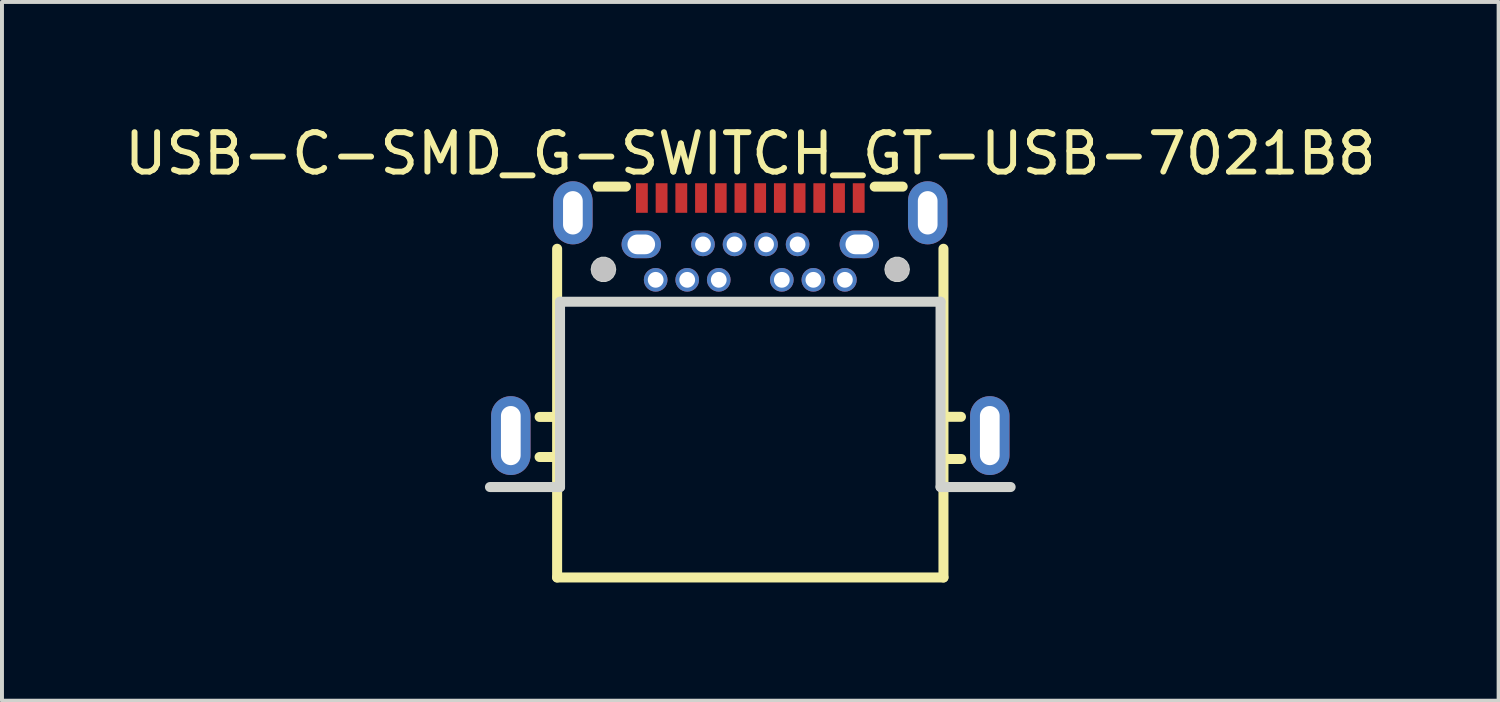
<source format=kicad_pcb>
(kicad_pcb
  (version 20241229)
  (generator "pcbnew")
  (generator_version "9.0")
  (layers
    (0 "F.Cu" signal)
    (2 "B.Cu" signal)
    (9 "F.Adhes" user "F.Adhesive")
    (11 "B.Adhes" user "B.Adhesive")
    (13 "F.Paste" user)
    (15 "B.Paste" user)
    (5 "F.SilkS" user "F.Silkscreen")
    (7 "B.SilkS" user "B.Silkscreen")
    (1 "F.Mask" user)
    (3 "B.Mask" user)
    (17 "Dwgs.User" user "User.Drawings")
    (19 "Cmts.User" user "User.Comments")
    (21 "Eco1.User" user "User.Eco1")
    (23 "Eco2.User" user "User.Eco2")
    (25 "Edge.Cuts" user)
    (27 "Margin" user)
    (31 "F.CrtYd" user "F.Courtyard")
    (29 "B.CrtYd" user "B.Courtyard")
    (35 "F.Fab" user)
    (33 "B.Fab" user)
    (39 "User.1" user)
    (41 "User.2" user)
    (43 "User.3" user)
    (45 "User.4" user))
  (footprint "USB-C-SMD_G-SWITCH_GT-USB-7021B8"
    (layer "F.Cu")
    (at 15.982 4.986)
    (property "Reference" "USB-C-SMD_G-SWITCH_GT-USB-7021B8" (at 0 -4.138 0) (unlocked yes) (layer "F.SilkS") (effects (font (size 1 1) (thickness 0.15))))
    (fp_line (start -5.345 3.556) (end -4.9 3.556) (stroke (width 0.254) (type default)) (layer "F.SilkS"))
    (fp_line (start -5.344 2.54) (end -4.9 2.54) (stroke (width 0.254) (type default)) (layer "F.SilkS"))
    (fp_line (start -4.9 6.612) (end -4.9 -1.726) (stroke (width 0.254) (type default)) (layer "F.SilkS"))
    (fp_line (start -3.866 -3.302) (end -3.156 -3.302) (stroke (width 0.254) (type default)) (layer "F.SilkS"))
    (fp_line (start 3.156 -3.302) (end 3.866 -3.302) (stroke (width 0.254) (type default)) (layer "F.SilkS"))
    (fp_line (start 4.9 2.537) (end 5.344 2.537) (stroke (width 0.254) (type default)) (layer "F.SilkS"))
    (fp_line (start 4.9 3.607) (end 5.35 3.607) (stroke (width 0.254) (type default)) (layer "F.SilkS"))
    (fp_line (start 4.9 6.612) (end -4.9 6.612) (stroke (width 0.254) (type default)) (layer "F.SilkS"))
    (fp_line (start 4.9 6.612) (end 4.9 -1.726) (stroke (width 0.254) (type default)) (layer "F.SilkS"))
    (fp_poly (pts (xy -2.9 -3.388) (xy -2.9 -2.638) (xy -2.6 -2.638) (xy -2.6 -3.388)) (stroke (width 0) (type default)) (fill yes) (layer "F.Paste"))
    (fp_poly (pts (xy -2.4 -3.388) (xy -2.4 -2.638) (xy -2.1 -2.638) (xy -2.1 -3.388)) (stroke (width 0) (type default)) (fill yes) (layer "F.Paste"))
    (fp_poly (pts (xy -1.9 -3.388) (xy -1.9 -2.638) (xy -1.6 -2.638) (xy -1.6 -3.388)) (stroke (width 0) (type default)) (fill yes) (layer "F.Paste"))
    (fp_poly (pts (xy -1.1 -2.638) (xy -1.1 -3.388) (xy -1.4 -3.388) (xy -1.4 -2.638)) (stroke (width 0) (type default)) (fill yes) (layer "F.Paste"))
    (fp_poly (pts (xy -0.6 -2.638) (xy -0.6 -3.388) (xy -0.9 -3.388) (xy -0.9 -2.638)) (stroke (width 0) (type default)) (fill yes) (layer "F.Paste"))
    (fp_poly (pts (xy -0.1 -2.638) (xy -0.1 -3.388) (xy -0.4 -3.388) (xy -0.4 -2.638)) (stroke (width 0) (type default)) (fill yes) (layer "F.Paste"))
    (fp_poly (pts (xy 0.4 -2.638) (xy 0.4 -3.388) (xy 0.1 -3.388) (xy 0.1 -2.638)) (stroke (width 0) (type default)) (fill yes) (layer "F.Paste"))
    (fp_poly (pts (xy 0.9 -2.638) (xy 0.9 -3.388) (xy 0.6 -3.388) (xy 0.6 -2.638)) (stroke (width 0) (type default)) (fill yes) (layer "F.Paste"))
    (fp_poly (pts (xy 1.4 -2.638) (xy 1.4 -3.388) (xy 1.1 -3.388) (xy 1.1 -2.638)) (stroke (width 0) (type default)) (fill yes) (layer "F.Paste"))
    (fp_poly (pts (xy 1.9 -2.638) (xy 1.9 -3.388) (xy 1.6 -3.388) (xy 1.6 -2.638)) (stroke (width 0) (type default)) (fill yes) (layer "F.Paste"))
    (fp_poly (pts (xy 2.4 -2.638) (xy 2.4 -3.388) (xy 2.1 -3.388) (xy 2.1 -2.638)) (stroke (width 0) (type default)) (fill yes) (layer "F.Paste"))
    (fp_poly (pts (xy 2.9 -2.638) (xy 2.9 -3.388) (xy 2.6 -3.388) (xy 2.6 -2.638)) (stroke (width 0) (type default)) (fill yes) (layer "F.Paste"))
    (fp_poly (pts (xy -2.406 -1.238) (xy -2.432 -1.236) (xy -2.457 -1.232) (xy -2.481 -1.226) (xy -2.505 -1.218) (xy -2.528 -1.209) (xy -2.55 -1.198) (xy -2.571 -1.184) (xy -2.591 -1.169) (xy -2.61 -1.152) (xy -2.627 -1.133) (xy -2.643 -1.114) (xy -2.656 -1.093) (xy -2.669 -1.071) (xy -2.679 -1.048) (xy -2.687 -1.024) (xy -2.693 -1) (xy -2.697 -0.975) (xy -2.7 -0.95) (xy -2.7 -0.925) (xy -2.697 -0.9) (xy -2.693 -0.875) (xy -2.687 -0.851) (xy -2.679 -0.827) (xy -2.669 -0.804) (xy -2.656 -0.782) (xy -2.643 -0.761) (xy -2.627 -0.742) (xy -2.61 -0.723) (xy -2.591 -0.707) (xy -2.571 -0.691) (xy -2.55 -0.677) (xy -2.528 -0.666) (xy -2.505 -0.656) (xy -2.481 -0.648) (xy -2.457 -0.643) (xy -2.432 -0.639) (xy -2.406 -0.637) (xy -2.381 -0.638) (xy -2.356 -0.64) (xy -2.332 -0.645) (xy -2.308 -0.652) (xy -2.284 -0.661) (xy -2.261 -0.671) (xy -2.24 -0.684) (xy -2.219 -0.699) (xy -2.2 -0.715) (xy -2.182 -0.732) (xy -2.165 -0.751) (xy -2.15 -0.771) (xy -2.137 -0.793) (xy -2.126 -0.816) (xy -2.116 -0.839) (xy -2.11 -0.863) (xy -2.104 -0.887) (xy -2.101 -0.912) (xy -2.1 -0.938) (xy -2.101 -0.963) (xy -2.104 -0.988) (xy -2.11 -1.012) (xy -2.116 -1.036) (xy -2.126 -1.06) (xy -2.137 -1.082) (xy -2.15 -1.103) (xy -2.165 -1.124) (xy -2.182 -1.143) (xy -2.2 -1.161) (xy -2.219 -1.177) (xy -2.24 -1.191) (xy -2.261 -1.204) (xy -2.284 -1.214) (xy -2.308 -1.223) (xy -2.332 -1.23) (xy -2.356 -1.234) (xy -2.381 -1.237)) (stroke (width 0) (type default)) (fill yes) (layer "F.Paste"))
    (fp_poly (pts (xy -1.581 -1.237) (xy -1.606 -1.238) (xy -1.631 -1.236) (xy -1.656 -1.232) (xy -1.681 -1.226) (xy -1.704 -1.218) (xy -1.728 -1.209) (xy -1.75 -1.198) (xy -1.771 -1.184) (xy -1.791 -1.169) (xy -1.81 -1.152) (xy -1.827 -1.133) (xy -1.843 -1.114) (xy -1.857 -1.093) (xy -1.869 -1.071) (xy -1.879 -1.048) (xy -1.887 -1.024) (xy -1.893 -1) (xy -1.897 -0.975) (xy -1.899 -0.95) (xy -1.899 -0.925) (xy -1.897 -0.9) (xy -1.893 -0.875) (xy -1.887 -0.851) (xy -1.879 -0.827) (xy -1.869 -0.804) (xy -1.857 -0.782) (xy -1.843 -0.761) (xy -1.827 -0.742) (xy -1.81 -0.723) (xy -1.791 -0.707) (xy -1.771 -0.691) (xy -1.75 -0.677) (xy -1.728 -0.666) (xy -1.704 -0.656) (xy -1.681 -0.648) (xy -1.656 -0.643) (xy -1.631 -0.639) (xy -1.606 -0.637) (xy -1.581 -0.638) (xy -1.556 -0.64) (xy -1.532 -0.645) (xy -1.507 -0.652) (xy -1.484 -0.661) (xy -1.461 -0.671) (xy -1.439 -0.684) (xy -1.419 -0.699) (xy -1.399 -0.715) (xy -1.381 -0.732) (xy -1.365 -0.751) (xy -1.35 -0.771) (xy -1.337 -0.793) (xy -1.326 -0.816) (xy -1.317 -0.839) (xy -1.31 -0.863) (xy -1.304 -0.887) (xy -1.301 -0.912) (xy -1.3 -0.938) (xy -1.301 -0.963) (xy -1.304 -0.988) (xy -1.31 -1.012) (xy -1.317 -1.036) (xy -1.326 -1.06) (xy -1.337 -1.082) (xy -1.35 -1.103) (xy -1.365 -1.124) (xy -1.381 -1.143) (xy -1.399 -1.161) (xy -1.419 -1.177) (xy -1.439 -1.191) (xy -1.461 -1.204) (xy -1.484 -1.214) (xy -1.507 -1.223) (xy -1.532 -1.23) (xy -1.556 -1.234)) (stroke (width 0) (type default)) (fill yes) (layer "F.Paste"))
    (fp_poly (pts (xy -1.206 -2.138) (xy -1.232 -2.136) (xy -1.256 -2.132) (xy -1.28 -2.127) (xy -1.304 -2.119) (xy -1.327 -2.109) (xy -1.35 -2.098) (xy -1.371 -2.084) (xy -1.391 -2.068) (xy -1.41 -2.052) (xy -1.427 -2.034) (xy -1.442 -2.014) (xy -1.456 -1.993) (xy -1.468 -1.971) (xy -1.479 -1.948) (xy -1.487 -1.924) (xy -1.494 -1.9) (xy -1.498 -1.875) (xy -1.5 -1.85) (xy -1.5 -1.825) (xy -1.498 -1.8) (xy -1.494 -1.775) (xy -1.487 -1.75) (xy -1.479 -1.727) (xy -1.468 -1.704) (xy -1.456 -1.682) (xy -1.442 -1.661) (xy -1.427 -1.641) (xy -1.41 -1.623) (xy -1.391 -1.607) (xy -1.371 -1.591) (xy -1.35 -1.577) (xy -1.327 -1.566) (xy -1.304 -1.556) (xy -1.28 -1.548) (xy -1.256 -1.542) (xy -1.232 -1.539) (xy -1.206 -1.538) (xy -1.181 -1.538) (xy -1.156 -1.54) (xy -1.131 -1.546) (xy -1.107 -1.552) (xy -1.083 -1.561) (xy -1.061 -1.571) (xy -1.039 -1.584) (xy -1.018 -1.599) (xy -0.999 -1.615) (xy -0.981 -1.632) (xy -0.965 -1.651) (xy -0.95 -1.671) (xy -0.937 -1.693) (xy -0.926 -1.716) (xy -0.916 -1.739) (xy -0.909 -1.763) (xy -0.904 -1.788) (xy -0.901 -1.812) (xy -0.9 -1.837) (xy -0.901 -1.863) (xy -0.904 -1.887) (xy -0.909 -1.912) (xy -0.916 -1.936) (xy -0.926 -1.96) (xy -0.937 -1.982) (xy -0.95 -2.003) (xy -0.965 -2.024) (xy -0.981 -2.043) (xy -0.999 -2.061) (xy -1.018 -2.076) (xy -1.039 -2.091) (xy -1.061 -2.103) (xy -1.083 -2.114) (xy -1.107 -2.123) (xy -1.131 -2.13) (xy -1.156 -2.134) (xy -1.181 -2.137)) (stroke (width 0) (type default)) (fill yes) (layer "F.Paste"))
    (fp_poly (pts (xy -0.806 -1.238) (xy -0.832 -1.236) (xy -0.857 -1.232) (xy -0.881 -1.226) (xy -0.904 -1.218) (xy -0.928 -1.209) (xy -0.95 -1.198) (xy -0.972 -1.184) (xy -0.992 -1.169) (xy -1.01 -1.152) (xy -1.027 -1.133) (xy -1.043 -1.114) (xy -1.056 -1.093) (xy -1.069 -1.071) (xy -1.079 -1.048) (xy -1.087 -1.024) (xy -1.093 -1) (xy -1.097 -0.975) (xy -1.1 -0.95) (xy -1.1 -0.925) (xy -1.097 -0.9) (xy -1.093 -0.875) (xy -1.087 -0.851) (xy -1.079 -0.827) (xy -1.069 -0.804) (xy -1.056 -0.782) (xy -1.043 -0.761) (xy -1.027 -0.742) (xy -1.01 -0.723) (xy -0.992 -0.707) (xy -0.972 -0.691) (xy -0.95 -0.677) (xy -0.928 -0.666) (xy -0.904 -0.656) (xy -0.881 -0.648) (xy -0.857 -0.643) (xy -0.832 -0.639) (xy -0.806 -0.637) (xy -0.781 -0.638) (xy -0.756 -0.64) (xy -0.732 -0.645) (xy -0.708 -0.652) (xy -0.684 -0.661) (xy -0.661 -0.671) (xy -0.639 -0.684) (xy -0.619 -0.699) (xy -0.6 -0.715) (xy -0.582 -0.732) (xy -0.565 -0.751) (xy -0.55 -0.771) (xy -0.537 -0.793) (xy -0.526 -0.816) (xy -0.517 -0.839) (xy -0.509 -0.863) (xy -0.504 -0.887) (xy -0.501 -0.912) (xy -0.5 -0.938) (xy -0.501 -0.963) (xy -0.504 -0.988) (xy -0.509 -1.012) (xy -0.517 -1.036) (xy -0.526 -1.06) (xy -0.537 -1.082) (xy -0.55 -1.103) (xy -0.565 -1.124) (xy -0.582 -1.143) (xy -0.6 -1.161) (xy -0.619 -1.177) (xy -0.639 -1.191) (xy -0.661 -1.204) (xy -0.684 -1.214) (xy -0.708 -1.223) (xy -0.732 -1.23) (xy -0.756 -1.234) (xy -0.781 -1.237)) (stroke (width 0) (type default)) (fill yes) (layer "F.Paste"))
    (fp_poly (pts (xy -0.406 -2.138) (xy -0.431 -2.136) (xy -0.457 -2.132) (xy -0.48 -2.127) (xy -0.504 -2.119) (xy -0.528 -2.109) (xy -0.55 -2.098) (xy -0.572 -2.084) (xy -0.592 -2.068) (xy -0.61 -2.052) (xy -0.627 -2.034) (xy -0.642 -2.014) (xy -0.656 -1.993) (xy -0.669 -1.971) (xy -0.679 -1.948) (xy -0.687 -1.924) (xy -0.694 -1.9) (xy -0.698 -1.875) (xy -0.7 -1.85) (xy -0.7 -1.825) (xy -0.698 -1.8) (xy -0.694 -1.775) (xy -0.687 -1.75) (xy -0.679 -1.727) (xy -0.669 -1.704) (xy -0.656 -1.682) (xy -0.642 -1.661) (xy -0.627 -1.641) (xy -0.61 -1.623) (xy -0.592 -1.607) (xy -0.572 -1.591) (xy -0.55 -1.577) (xy -0.528 -1.566) (xy -0.504 -1.556) (xy -0.48 -1.548) (xy -0.457 -1.542) (xy -0.431 -1.539) (xy -0.406 -1.538) (xy -0.381 -1.538) (xy -0.356 -1.54) (xy -0.332 -1.546) (xy -0.307 -1.552) (xy -0.284 -1.561) (xy -0.261 -1.571) (xy -0.239 -1.584) (xy -0.218 -1.599) (xy -0.2 -1.615) (xy -0.181 -1.632) (xy -0.165 -1.651) (xy -0.15 -1.671) (xy -0.137 -1.693) (xy -0.126 -1.716) (xy -0.117 -1.739) (xy -0.11 -1.763) (xy -0.104 -1.788) (xy -0.101 -1.812) (xy -0.1 -1.837) (xy -0.101 -1.863) (xy -0.104 -1.887) (xy -0.11 -1.912) (xy -0.117 -1.936) (xy -0.126 -1.96) (xy -0.137 -1.982) (xy -0.15 -2.003) (xy -0.165 -2.024) (xy -0.181 -2.043) (xy -0.2 -2.061) (xy -0.218 -2.076) (xy -0.239 -2.091) (xy -0.261 -2.103) (xy -0.284 -2.114) (xy -0.307 -2.123) (xy -0.332 -2.13) (xy -0.356 -2.134) (xy -0.381 -2.137)) (stroke (width 0) (type default)) (fill yes) (layer "F.Paste"))
    (fp_poly (pts (xy 0.394 -2.138) (xy 0.368 -2.136) (xy 0.344 -2.132) (xy 0.32 -2.127) (xy 0.295 -2.119) (xy 0.273 -2.109) (xy 0.25 -2.098) (xy 0.229 -2.084) (xy 0.209 -2.068) (xy 0.19 -2.052) (xy 0.173 -2.034) (xy 0.158 -2.014) (xy 0.143 -1.993) (xy 0.132 -1.971) (xy 0.121 -1.948) (xy 0.113 -1.924) (xy 0.106 -1.9) (xy 0.102 -1.875) (xy 0.101 -1.85) (xy 0.101 -1.825) (xy 0.102 -1.8) (xy 0.106 -1.775) (xy 0.113 -1.75) (xy 0.121 -1.727) (xy 0.132 -1.704) (xy 0.143 -1.682) (xy 0.158 -1.661) (xy 0.173 -1.641) (xy 0.19 -1.623) (xy 0.209 -1.607) (xy 0.229 -1.591) (xy 0.25 -1.577) (xy 0.273 -1.566) (xy 0.295 -1.556) (xy 0.32 -1.548) (xy 0.344 -1.542) (xy 0.368 -1.539) (xy 0.394 -1.538) (xy 0.419 -1.538) (xy 0.444 -1.54) (xy 0.469 -1.546) (xy 0.493 -1.552) (xy 0.516 -1.561) (xy 0.539 -1.571) (xy 0.561 -1.584) (xy 0.582 -1.599) (xy 0.601 -1.615) (xy 0.619 -1.632) (xy 0.635 -1.651) (xy 0.65 -1.671) (xy 0.663 -1.693) (xy 0.674 -1.716) (xy 0.683 -1.739) (xy 0.691 -1.763) (xy 0.696 -1.788) (xy 0.699 -1.812) (xy 0.7 -1.837) (xy 0.699 -1.863) (xy 0.696 -1.887) (xy 0.691 -1.912) (xy 0.683 -1.936) (xy 0.674 -1.96) (xy 0.663 -1.982) (xy 0.65 -2.003) (xy 0.635 -2.024) (xy 0.619 -2.043) (xy 0.601 -2.061) (xy 0.582 -2.076) (xy 0.561 -2.091) (xy 0.539 -2.103) (xy 0.516 -2.114) (xy 0.493 -2.123) (xy 0.469 -2.13) (xy 0.444 -2.134) (xy 0.419 -2.137)) (stroke (width 0) (type default)) (fill yes) (layer "F.Paste"))
    (fp_poly (pts (xy 0.819 -1.237) (xy 0.794 -1.238) (xy 0.768 -1.236) (xy 0.744 -1.232) (xy 0.72 -1.226) (xy 0.696 -1.218) (xy 0.672 -1.209) (xy 0.65 -1.198) (xy 0.629 -1.184) (xy 0.609 -1.169) (xy 0.59 -1.152) (xy 0.573 -1.133) (xy 0.557 -1.114) (xy 0.543 -1.093) (xy 0.531 -1.071) (xy 0.521 -1.048) (xy 0.513 -1.024) (xy 0.506 -1) (xy 0.502 -0.975) (xy 0.5 -0.95) (xy 0.5 -0.925) (xy 0.502 -0.9) (xy 0.506 -0.875) (xy 0.513 -0.851) (xy 0.521 -0.827) (xy 0.531 -0.804) (xy 0.543 -0.782) (xy 0.557 -0.761) (xy 0.573 -0.742) (xy 0.59 -0.723) (xy 0.609 -0.707) (xy 0.629 -0.691) (xy 0.65 -0.677) (xy 0.672 -0.666) (xy 0.696 -0.656) (xy 0.72 -0.648) (xy 0.744 -0.643) (xy 0.768 -0.639) (xy 0.794 -0.637) (xy 0.819 -0.638) (xy 0.844 -0.64) (xy 0.869 -0.645) (xy 0.893 -0.652) (xy 0.916 -0.661) (xy 0.939 -0.671) (xy 0.961 -0.684) (xy 0.982 -0.699) (xy 1.001 -0.715) (xy 1.019 -0.732) (xy 1.035 -0.751) (xy 1.05 -0.771) (xy 1.063 -0.793) (xy 1.074 -0.816) (xy 1.083 -0.839) (xy 1.091 -0.863) (xy 1.096 -0.887) (xy 1.099 -0.912) (xy 1.1 -0.938) (xy 1.099 -0.963) (xy 1.096 -0.988) (xy 1.091 -1.012) (xy 1.083 -1.036) (xy 1.074 -1.06) (xy 1.063 -1.082) (xy 1.05 -1.103) (xy 1.035 -1.124) (xy 1.019 -1.143) (xy 1.001 -1.161) (xy 0.982 -1.177) (xy 0.961 -1.191) (xy 0.939 -1.204) (xy 0.916 -1.214) (xy 0.893 -1.223) (xy 0.869 -1.23) (xy 0.844 -1.234)) (stroke (width 0) (type default)) (fill yes) (layer "F.Paste"))
    (fp_poly (pts (xy 1.218 -2.137) (xy 1.194 -2.138) (xy 1.169 -2.136) (xy 1.143 -2.132) (xy 1.119 -2.127) (xy 1.095 -2.119) (xy 1.072 -2.109) (xy 1.05 -2.098) (xy 1.028 -2.084) (xy 1.008 -2.068) (xy 0.99 -2.052) (xy 0.973 -2.034) (xy 0.957 -2.014) (xy 0.944 -1.993) (xy 0.931 -1.971) (xy 0.921 -1.948) (xy 0.912 -1.924) (xy 0.906 -1.9) (xy 0.902 -1.875) (xy 0.9 -1.85) (xy 0.9 -1.825) (xy 0.902 -1.8) (xy 0.906 -1.775) (xy 0.912 -1.75) (xy 0.921 -1.727) (xy 0.931 -1.704) (xy 0.944 -1.682) (xy 0.957 -1.661) (xy 0.973 -1.641) (xy 0.99 -1.623) (xy 1.008 -1.607) (xy 1.028 -1.591) (xy 1.05 -1.577) (xy 1.072 -1.566) (xy 1.095 -1.556) (xy 1.119 -1.548) (xy 1.143 -1.542) (xy 1.169 -1.539) (xy 1.194 -1.538) (xy 1.218 -1.538) (xy 1.244 -1.54) (xy 1.268 -1.546) (xy 1.292 -1.552) (xy 1.316 -1.561) (xy 1.339 -1.571) (xy 1.361 -1.584) (xy 1.381 -1.599) (xy 1.401 -1.615) (xy 1.419 -1.632) (xy 1.435 -1.651) (xy 1.45 -1.671) (xy 1.463 -1.693) (xy 1.474 -1.716) (xy 1.483 -1.739) (xy 1.49 -1.763) (xy 1.496 -1.788) (xy 1.499 -1.812) (xy 1.5 -1.837) (xy 1.499 -1.863) (xy 1.496 -1.887) (xy 1.49 -1.912) (xy 1.483 -1.936) (xy 1.474 -1.96) (xy 1.463 -1.982) (xy 1.45 -2.003) (xy 1.435 -2.024) (xy 1.419 -2.043) (xy 1.401 -2.061) (xy 1.381 -2.076) (xy 1.361 -2.091) (xy 1.339 -2.103) (xy 1.316 -2.114) (xy 1.292 -2.123) (xy 1.268 -2.13) (xy 1.244 -2.134)) (stroke (width 0) (type default)) (fill yes) (layer "F.Paste"))
    (fp_poly (pts (xy 1.593 -1.238) (xy 1.569 -1.236) (xy 1.544 -1.232) (xy 1.52 -1.226) (xy 1.496 -1.218) (xy 1.472 -1.209) (xy 1.45 -1.198) (xy 1.429 -1.184) (xy 1.409 -1.169) (xy 1.39 -1.152) (xy 1.373 -1.133) (xy 1.357 -1.114) (xy 1.343 -1.093) (xy 1.331 -1.071) (xy 1.321 -1.048) (xy 1.312 -1.024) (xy 1.306 -1) (xy 1.302 -0.975) (xy 1.3 -0.95) (xy 1.3 -0.925) (xy 1.302 -0.9) (xy 1.306 -0.875) (xy 1.312 -0.851) (xy 1.321 -0.827) (xy 1.331 -0.804) (xy 1.343 -0.782) (xy 1.357 -0.761) (xy 1.373 -0.742) (xy 1.39 -0.723) (xy 1.409 -0.707) (xy 1.429 -0.691) (xy 1.45 -0.677) (xy 1.472 -0.666) (xy 1.496 -0.656) (xy 1.52 -0.648) (xy 1.544 -0.643) (xy 1.569 -0.639) (xy 1.593 -0.637) (xy 1.619 -0.638) (xy 1.644 -0.64) (xy 1.669 -0.645) (xy 1.692 -0.652) (xy 1.716 -0.661) (xy 1.739 -0.671) (xy 1.76 -0.684) (xy 1.782 -0.699) (xy 1.8 -0.715) (xy 1.819 -0.732) (xy 1.835 -0.751) (xy 1.85 -0.771) (xy 1.863 -0.793) (xy 1.874 -0.816) (xy 1.883 -0.839) (xy 1.891 -0.863) (xy 1.896 -0.887) (xy 1.899 -0.912) (xy 1.9 -0.938) (xy 1.899 -0.963) (xy 1.896 -0.988) (xy 1.891 -1.012) (xy 1.883 -1.036) (xy 1.874 -1.06) (xy 1.863 -1.082) (xy 1.85 -1.103) (xy 1.835 -1.124) (xy 1.819 -1.143) (xy 1.8 -1.161) (xy 1.782 -1.177) (xy 1.76 -1.191) (xy 1.739 -1.204) (xy 1.716 -1.214) (xy 1.692 -1.223) (xy 1.669 -1.23) (xy 1.644 -1.234) (xy 1.619 -1.237)) (stroke (width 0) (type default)) (fill yes) (layer "F.Paste"))
    (fp_poly (pts (xy 2.419 -1.237) (xy 2.394 -1.238) (xy 2.369 -1.236) (xy 2.344 -1.232) (xy 2.32 -1.226) (xy 2.296 -1.218) (xy 2.272 -1.209) (xy 2.25 -1.198) (xy 2.229 -1.184) (xy 2.209 -1.169) (xy 2.19 -1.152) (xy 2.173 -1.133) (xy 2.158 -1.114) (xy 2.143 -1.093) (xy 2.131 -1.071) (xy 2.121 -1.048) (xy 2.113 -1.024) (xy 2.107 -1) (xy 2.103 -0.975) (xy 2.1 -0.95) (xy 2.1 -0.925) (xy 2.103 -0.9) (xy 2.107 -0.875) (xy 2.113 -0.851) (xy 2.121 -0.827) (xy 2.131 -0.804) (xy 2.143 -0.782) (xy 2.158 -0.761) (xy 2.173 -0.742) (xy 2.19 -0.723) (xy 2.209 -0.707) (xy 2.229 -0.691) (xy 2.25 -0.677) (xy 2.272 -0.666) (xy 2.296 -0.656) (xy 2.32 -0.648) (xy 2.344 -0.643) (xy 2.369 -0.639) (xy 2.394 -0.637) (xy 2.419 -0.638) (xy 2.444 -0.64) (xy 2.469 -0.645) (xy 2.493 -0.652) (xy 2.517 -0.661) (xy 2.539 -0.671) (xy 2.561 -0.684) (xy 2.582 -0.699) (xy 2.601 -0.715) (xy 2.619 -0.732) (xy 2.635 -0.751) (xy 2.65 -0.771) (xy 2.663 -0.793) (xy 2.674 -0.816) (xy 2.683 -0.839) (xy 2.691 -0.863) (xy 2.696 -0.887) (xy 2.699 -0.912) (xy 2.7 -0.938) (xy 2.699 -0.963) (xy 2.696 -0.988) (xy 2.691 -1.012) (xy 2.683 -1.036) (xy 2.674 -1.06) (xy 2.663 -1.082) (xy 2.65 -1.103) (xy 2.635 -1.124) (xy 2.619 -1.143) (xy 2.601 -1.161) (xy 2.582 -1.177) (xy 2.561 -1.191) (xy 2.539 -1.204) (xy 2.517 -1.214) (xy 2.493 -1.223) (xy 2.469 -1.23) (xy 2.444 -1.234)) (stroke (width 0) (type default)) (fill yes) (layer "F.Paste"))
    (fp_poly (pts (xy -6.037 2.014) (xy -6.062 2.013) (xy -6.088 2.013) (xy -6.112 2.014) (xy -6.137 2.017) (xy -6.162 2.02) (xy -6.186 2.025) (xy -6.21 2.031) (xy -6.234 2.038) (xy -6.258 2.047) (xy -6.28 2.057) (xy -6.303 2.067) (xy -6.325 2.079) (xy -6.346 2.092) (xy -6.367 2.107) (xy -6.386 2.122) (xy -6.406 2.138) (xy -6.424 2.155) (xy -6.441 2.172) (xy -6.458 2.191) (xy -6.473 2.211) (xy -6.488 2.231) (xy -6.502 2.252) (xy -6.514 2.273) (xy -6.526 2.296) (xy -6.535 2.318) (xy -6.545 2.341) (xy -6.553 2.365) (xy -6.559 2.389) (xy -6.565 2.413) (xy -6.569 2.438) (xy -6.572 2.462) (xy -6.574 2.487) (xy -6.575 2.513) (xy -6.575 3.513) (xy -6.574 3.538) (xy -6.572 3.562) (xy -6.569 3.587) (xy -6.565 3.611) (xy -6.559 3.636) (xy -6.553 3.66) (xy -6.545 3.683) (xy -6.535 3.707) (xy -6.526 3.729) (xy -6.514 3.752) (xy -6.502 3.773) (xy -6.488 3.794) (xy -6.473 3.814) (xy -6.458 3.834) (xy -6.441 3.853) (xy -6.424 3.87) (xy -6.406 3.888) (xy -6.386 3.904) (xy -6.367 3.918) (xy -6.346 3.933) (xy -6.325 3.946) (xy -6.303 3.958) (xy -6.28 3.968) (xy -6.258 3.978) (xy -6.234 3.986) (xy -6.21 3.994) (xy -6.186 4) (xy -6.162 4.005) (xy -6.137 4.008) (xy -6.112 4.011) (xy -6.088 4.013) (xy -6.062 4.013) (xy -6.037 4.011) (xy -6.013 4.008) (xy -5.988 4.005) (xy -5.963 4) (xy -5.939 3.994) (xy -5.915 3.986) (xy -5.892 3.978) (xy -5.87 3.968) (xy -5.847 3.958) (xy -5.825 3.946) (xy -5.803 3.933) (xy -5.783 3.918) (xy -5.763 3.904) (xy -5.744 3.888) (xy -5.726 3.87) (xy -5.708 3.853) (xy -5.692 3.834) (xy -5.676 3.814) (xy -5.662 3.794) (xy -5.649 3.773) (xy -5.636 3.752) (xy -5.625 3.729) (xy -5.614 3.707) (xy -5.605 3.683) (xy -5.597 3.66) (xy -5.59 3.636) (xy -5.585 3.611) (xy -5.58 3.587) (xy -5.577 3.562) (xy -5.575 3.538) (xy -5.575 3.513) (xy -5.575 2.513) (xy -5.575 2.487) (xy -5.577 2.462) (xy -5.58 2.438) (xy -5.585 2.413) (xy -5.59 2.389) (xy -5.597 2.365) (xy -5.605 2.341) (xy -5.614 2.318) (xy -5.625 2.296) (xy -5.636 2.273) (xy -5.649 2.252) (xy -5.662 2.231) (xy -5.676 2.211) (xy -5.692 2.191) (xy -5.708 2.172) (xy -5.726 2.155) (xy -5.744 2.138) (xy -5.763 2.122) (xy -5.783 2.107) (xy -5.803 2.092) (xy -5.825 2.079) (xy -5.847 2.067) (xy -5.87 2.057) (xy -5.892 2.047) (xy -5.915 2.038) (xy -5.939 2.031) (xy -5.963 2.025) (xy -5.988 2.02) (xy -6.013 2.017)) (stroke (width 0) (type default)) (fill yes) (layer "F.Paste"))
    (fp_poly (pts (xy -4.463 -3.436) (xy -4.487 -3.438) (xy -4.513 -3.438) (xy -4.537 -3.436) (xy -4.562 -3.433) (xy -4.587 -3.43) (xy -4.611 -3.425) (xy -4.636 -3.419) (xy -4.659 -3.412) (xy -4.683 -3.403) (xy -4.705 -3.393) (xy -4.728 -3.382) (xy -4.75 -3.37) (xy -4.771 -3.357) (xy -4.792 -3.344) (xy -4.811 -3.329) (xy -4.83 -3.312) (xy -4.849 -3.296) (xy -4.867 -3.277) (xy -4.883 -3.259) (xy -4.899 -3.24) (xy -4.913 -3.219) (xy -4.926 -3.198) (xy -4.939 -3.176) (xy -4.95 -3.155) (xy -4.96 -3.131) (xy -4.97 -3.108) (xy -4.978 -3.085) (xy -4.984 -3.061) (xy -4.99 -3.037) (xy -4.995 -3.012) (xy -4.997 -2.987) (xy -5 -2.962) (xy -5 -2.938) (xy -5 -2.337) (xy -5 -2.312) (xy -4.997 -2.288) (xy -4.995 -2.263) (xy -4.99 -2.239) (xy -4.984 -2.214) (xy -4.978 -2.19) (xy -4.97 -2.167) (xy -4.96 -2.143) (xy -4.95 -2.12) (xy -4.939 -2.099) (xy -4.926 -2.077) (xy -4.913 -2.056) (xy -4.899 -2.035) (xy -4.883 -2.016) (xy -4.867 -1.998) (xy -4.849 -1.98) (xy -4.83 -1.962) (xy -4.811 -1.946) (xy -4.792 -1.931) (xy -4.771 -1.917) (xy -4.75 -1.905) (xy -4.728 -1.893) (xy -4.705 -1.882) (xy -4.683 -1.872) (xy -4.659 -1.863) (xy -4.636 -1.856) (xy -4.611 -1.85) (xy -4.587 -1.845) (xy -4.562 -1.841) (xy -4.537 -1.839) (xy -4.513 -1.837) (xy -4.487 -1.837) (xy -4.463 -1.839) (xy -4.438 -1.841) (xy -4.413 -1.845) (xy -4.388 -1.85) (xy -4.364 -1.856) (xy -4.34 -1.863) (xy -4.317 -1.872) (xy -4.294 -1.882) (xy -4.271 -1.893) (xy -4.25 -1.905) (xy -4.229 -1.917) (xy -4.208 -1.931) (xy -4.188 -1.946) (xy -4.169 -1.962) (xy -4.151 -1.98) (xy -4.133 -1.998) (xy -4.117 -2.016) (xy -4.101 -2.035) (xy -4.087 -2.056) (xy -4.073 -2.077) (xy -4.061 -2.099) (xy -4.05 -2.12) (xy -4.039 -2.143) (xy -4.03 -2.167) (xy -4.022 -2.19) (xy -4.016 -2.214) (xy -4.01 -2.239) (xy -4.005 -2.263) (xy -4.003 -2.288) (xy -4 -2.312) (xy -4 -2.337) (xy -4 -2.938) (xy -4 -2.962) (xy -4.003 -2.987) (xy -4.005 -3.012) (xy -4.01 -3.037) (xy -4.016 -3.061) (xy -4.022 -3.085) (xy -4.03 -3.108) (xy -4.039 -3.131) (xy -4.05 -3.155) (xy -4.061 -3.176) (xy -4.073 -3.198) (xy -4.087 -3.219) (xy -4.101 -3.24) (xy -4.117 -3.259) (xy -4.133 -3.277) (xy -4.151 -3.296) (xy -4.169 -3.312) (xy -4.188 -3.329) (xy -4.208 -3.344) (xy -4.229 -3.357) (xy -4.25 -3.37) (xy -4.271 -3.382) (xy -4.294 -3.393) (xy -4.317 -3.403) (xy -4.34 -3.412) (xy -4.364 -3.419) (xy -4.388 -3.425) (xy -4.413 -3.43) (xy -4.438 -3.433)) (stroke (width 0) (type default)) (fill yes) (layer "F.Paste"))
    (fp_poly (pts (xy -2.915 -2.188) (xy -2.933 -2.187) (xy -2.95 -2.186) (xy -2.967 -2.183) (xy -2.985 -2.18) (xy -3.002 -2.176) (xy -3.018 -2.172) (xy -3.034 -2.167) (xy -3.051 -2.16) (xy -3.067 -2.153) (xy -3.083 -2.145) (xy -3.098 -2.136) (xy -3.112 -2.127) (xy -3.127 -2.116) (xy -3.14 -2.106) (xy -3.153 -2.094) (xy -3.166 -2.082) (xy -3.178 -2.069) (xy -3.188 -2.055) (xy -3.199 -2.042) (xy -3.209 -2.027) (xy -3.218 -2.013) (xy -3.227 -1.997) (xy -3.234 -1.982) (xy -3.241 -1.966) (xy -3.247 -1.949) (xy -3.252 -1.932) (xy -3.256 -1.915) (xy -3.26 -1.898) (xy -3.263 -1.881) (xy -3.264 -1.863) (xy -3.265 -1.846) (xy -3.265 -1.829) (xy -3.264 -1.812) (xy -3.263 -1.794) (xy -3.26 -1.776) (xy -3.256 -1.76) (xy -3.252 -1.742) (xy -3.247 -1.726) (xy -3.241 -1.71) (xy -3.234 -1.694) (xy -3.227 -1.677) (xy -3.218 -1.663) (xy -3.209 -1.647) (xy -3.199 -1.633) (xy -3.188 -1.619) (xy -3.178 -1.606) (xy -3.166 -1.593) (xy -3.153 -1.581) (xy -3.14 -1.569) (xy -3.127 -1.558) (xy -3.112 -1.548) (xy -3.098 -1.539) (xy -3.083 -1.53) (xy -3.067 -1.522) (xy -3.051 -1.515) (xy -3.034 -1.508) (xy -3.018 -1.503) (xy -3.002 -1.498) (xy -2.985 -1.494) (xy -2.967 -1.492) (xy -2.95 -1.489) (xy -2.933 -1.488) (xy -2.915 -1.488) (xy -2.615 -1.488) (xy -2.598 -1.488) (xy -2.58 -1.489) (xy -2.563 -1.492) (xy -2.546 -1.494) (xy -2.529 -1.498) (xy -2.512 -1.503) (xy -2.495 -1.508) (xy -2.479 -1.515) (xy -2.463 -1.522) (xy -2.447 -1.53) (xy -2.433 -1.539) (xy -2.418 -1.548) (xy -2.404 -1.558) (xy -2.39 -1.569) (xy -2.377 -1.581) (xy -2.365 -1.593) (xy -2.353 -1.606) (xy -2.341 -1.619) (xy -2.331 -1.633) (xy -2.321 -1.647) (xy -2.312 -1.663) (xy -2.304 -1.677) (xy -2.296 -1.694) (xy -2.289 -1.71) (xy -2.284 -1.726) (xy -2.278 -1.742) (xy -2.274 -1.76) (xy -2.271 -1.776) (xy -2.268 -1.794) (xy -2.266 -1.812) (xy -2.265 -1.829) (xy -2.265 -1.846) (xy -2.266 -1.863) (xy -2.268 -1.881) (xy -2.271 -1.898) (xy -2.274 -1.915) (xy -2.278 -1.932) (xy -2.284 -1.949) (xy -2.289 -1.966) (xy -2.296 -1.982) (xy -2.304 -1.997) (xy -2.312 -2.013) (xy -2.321 -2.027) (xy -2.331 -2.042) (xy -2.341 -2.055) (xy -2.353 -2.069) (xy -2.365 -2.082) (xy -2.377 -2.094) (xy -2.39 -2.106) (xy -2.404 -2.116) (xy -2.418 -2.127) (xy -2.433 -2.136) (xy -2.447 -2.145) (xy -2.463 -2.153) (xy -2.479 -2.16) (xy -2.495 -2.167) (xy -2.512 -2.172) (xy -2.529 -2.176) (xy -2.546 -2.18) (xy -2.563 -2.183) (xy -2.58 -2.186) (xy -2.598 -2.187) (xy -2.615 -2.188)) (stroke (width 0) (type default)) (fill yes) (layer "F.Paste"))
    (fp_poly (pts (xy 2.615 -2.188) (xy 2.598 -2.187) (xy 2.58 -2.186) (xy 2.563 -2.183) (xy 2.546 -2.18) (xy 2.529 -2.176) (xy 2.512 -2.172) (xy 2.495 -2.167) (xy 2.479 -2.16) (xy 2.463 -2.153) (xy 2.447 -2.145) (xy 2.433 -2.136) (xy 2.418 -2.127) (xy 2.404 -2.116) (xy 2.39 -2.106) (xy 2.377 -2.094) (xy 2.365 -2.082) (xy 2.353 -2.069) (xy 2.341 -2.055) (xy 2.331 -2.042) (xy 2.321 -2.027) (xy 2.312 -2.013) (xy 2.304 -1.997) (xy 2.296 -1.982) (xy 2.289 -1.966) (xy 2.284 -1.949) (xy 2.278 -1.932) (xy 2.274 -1.915) (xy 2.271 -1.898) (xy 2.268 -1.881) (xy 2.266 -1.863) (xy 2.265 -1.846) (xy 2.265 -1.829) (xy 2.266 -1.812) (xy 2.268 -1.794) (xy 2.271 -1.776) (xy 2.274 -1.76) (xy 2.278 -1.742) (xy 2.284 -1.726) (xy 2.289 -1.71) (xy 2.296 -1.694) (xy 2.304 -1.677) (xy 2.312 -1.663) (xy 2.321 -1.647) (xy 2.331 -1.633) (xy 2.341 -1.619) (xy 2.353 -1.606) (xy 2.365 -1.593) (xy 2.377 -1.581) (xy 2.39 -1.569) (xy 2.404 -1.558) (xy 2.418 -1.548) (xy 2.433 -1.539) (xy 2.447 -1.53) (xy 2.463 -1.522) (xy 2.479 -1.515) (xy 2.495 -1.508) (xy 2.512 -1.503) (xy 2.529 -1.498) (xy 2.546 -1.494) (xy 2.563 -1.492) (xy 2.58 -1.489) (xy 2.598 -1.488) (xy 2.615 -1.488) (xy 2.915 -1.488) (xy 2.933 -1.488) (xy 2.95 -1.489) (xy 2.967 -1.492) (xy 2.985 -1.494) (xy 3.002 -1.498) (xy 3.018 -1.503) (xy 3.035 -1.508) (xy 3.051 -1.515) (xy 3.067 -1.522) (xy 3.083 -1.53) (xy 3.098 -1.539) (xy 3.112 -1.548) (xy 3.127 -1.558) (xy 3.14 -1.569) (xy 3.153 -1.581) (xy 3.166 -1.593) (xy 3.178 -1.606) (xy 3.188 -1.619) (xy 3.2 -1.633) (xy 3.209 -1.647) (xy 3.218 -1.663) (xy 3.227 -1.677) (xy 3.234 -1.694) (xy 3.241 -1.71) (xy 3.247 -1.726) (xy 3.252 -1.742) (xy 3.256 -1.76) (xy 3.26 -1.776) (xy 3.263 -1.794) (xy 3.264 -1.812) (xy 3.265 -1.829) (xy 3.265 -1.846) (xy 3.264 -1.863) (xy 3.263 -1.881) (xy 3.26 -1.898) (xy 3.256 -1.915) (xy 3.252 -1.932) (xy 3.247 -1.949) (xy 3.241 -1.966) (xy 3.234 -1.982) (xy 3.227 -1.997) (xy 3.218 -2.013) (xy 3.209 -2.027) (xy 3.2 -2.042) (xy 3.188 -2.055) (xy 3.178 -2.069) (xy 3.166 -2.082) (xy 3.153 -2.094) (xy 3.14 -2.106) (xy 3.127 -2.116) (xy 3.112 -2.127) (xy 3.098 -2.136) (xy 3.083 -2.145) (xy 3.067 -2.153) (xy 3.051 -2.16) (xy 3.035 -2.167) (xy 3.018 -2.172) (xy 3.002 -2.176) (xy 2.985 -2.18) (xy 2.967 -2.183) (xy 2.95 -2.186) (xy 2.933 -2.187) (xy 2.915 -2.188)) (stroke (width 0) (type default)) (fill yes) (layer "F.Paste"))
    (fp_poly (pts (xy 4.487 -3.438) (xy 4.463 -3.436) (xy 4.438 -3.433) (xy 4.413 -3.43) (xy 4.389 -3.425) (xy 4.364 -3.419) (xy 4.341 -3.412) (xy 4.317 -3.403) (xy 4.295 -3.393) (xy 4.272 -3.382) (xy 4.25 -3.37) (xy 4.229 -3.357) (xy 4.208 -3.344) (xy 4.189 -3.329) (xy 4.17 -3.312) (xy 4.151 -3.296) (xy 4.133 -3.277) (xy 4.117 -3.259) (xy 4.101 -3.24) (xy 4.087 -3.219) (xy 4.074 -3.198) (xy 4.061 -3.176) (xy 4.05 -3.155) (xy 4.04 -3.131) (xy 4.03 -3.108) (xy 4.022 -3.085) (xy 4.016 -3.061) (xy 4.01 -3.037) (xy 4.005 -3.012) (xy 4.003 -2.987) (xy 4 -2.962) (xy 4 -2.938) (xy 4 -2.337) (xy 4 -2.312) (xy 4.003 -2.288) (xy 4.005 -2.263) (xy 4.01 -2.239) (xy 4.016 -2.214) (xy 4.022 -2.19) (xy 4.03 -2.167) (xy 4.04 -2.143) (xy 4.05 -2.12) (xy 4.061 -2.099) (xy 4.074 -2.077) (xy 4.087 -2.056) (xy 4.101 -2.035) (xy 4.117 -2.016) (xy 4.133 -1.998) (xy 4.151 -1.98) (xy 4.17 -1.962) (xy 4.189 -1.946) (xy 4.208 -1.931) (xy 4.229 -1.917) (xy 4.25 -1.905) (xy 4.272 -1.893) (xy 4.295 -1.882) (xy 4.317 -1.872) (xy 4.341 -1.863) (xy 4.364 -1.856) (xy 4.389 -1.85) (xy 4.413 -1.845) (xy 4.438 -1.841) (xy 4.463 -1.839) (xy 4.487 -1.837) (xy 4.513 -1.837) (xy 4.537 -1.839) (xy 4.562 -1.841) (xy 4.587 -1.845) (xy 4.612 -1.85) (xy 4.636 -1.856) (xy 4.66 -1.863) (xy 4.683 -1.872) (xy 4.706 -1.882) (xy 4.728 -1.893) (xy 4.75 -1.905) (xy 4.771 -1.917) (xy 4.792 -1.931) (xy 4.812 -1.946) (xy 4.831 -1.962) (xy 4.849 -1.98) (xy 4.867 -1.998) (xy 4.883 -2.016) (xy 4.899 -2.035) (xy 4.913 -2.056) (xy 4.927 -2.077) (xy 4.939 -2.099) (xy 4.95 -2.12) (xy 4.961 -2.143) (xy 4.97 -2.167) (xy 4.978 -2.19) (xy 4.984 -2.214) (xy 4.99 -2.239) (xy 4.995 -2.263) (xy 4.997 -2.288) (xy 5 -2.312) (xy 5 -2.337) (xy 5 -2.938) (xy 5 -2.962) (xy 4.997 -2.987) (xy 4.995 -3.012) (xy 4.99 -3.037) (xy 4.984 -3.061) (xy 4.978 -3.085) (xy 4.97 -3.108) (xy 4.961 -3.131) (xy 4.95 -3.155) (xy 4.939 -3.176) (xy 4.927 -3.198) (xy 4.913 -3.219) (xy 4.899 -3.24) (xy 4.883 -3.259) (xy 4.867 -3.277) (xy 4.849 -3.296) (xy 4.831 -3.312) (xy 4.812 -3.329) (xy 4.792 -3.344) (xy 4.771 -3.357) (xy 4.75 -3.37) (xy 4.728 -3.382) (xy 4.706 -3.393) (xy 4.683 -3.403) (xy 4.66 -3.412) (xy 4.636 -3.419) (xy 4.612 -3.425) (xy 4.587 -3.43) (xy 4.562 -3.433) (xy 4.537 -3.436) (xy 4.513 -3.438)) (stroke (width 0) (type default)) (fill yes) (layer "F.Paste"))
    (fp_poly (pts (xy 6.112 2.014) (xy 6.088 2.013) (xy 6.062 2.013) (xy 6.037 2.014) (xy 6.013 2.017) (xy 5.988 2.02) (xy 5.963 2.025) (xy 5.939 2.031) (xy 5.915 2.038) (xy 5.892 2.047) (xy 5.87 2.057) (xy 5.847 2.067) (xy 5.825 2.079) (xy 5.803 2.092) (xy 5.783 2.107) (xy 5.763 2.122) (xy 5.744 2.138) (xy 5.726 2.155) (xy 5.708 2.172) (xy 5.692 2.191) (xy 5.676 2.211) (xy 5.662 2.231) (xy 5.649 2.252) (xy 5.636 2.273) (xy 5.625 2.296) (xy 5.614 2.318) (xy 5.605 2.341) (xy 5.597 2.365) (xy 5.59 2.389) (xy 5.585 2.413) (xy 5.58 2.438) (xy 5.577 2.462) (xy 5.575 2.487) (xy 5.575 2.513) (xy 5.575 3.513) (xy 5.575 3.538) (xy 5.577 3.562) (xy 5.58 3.587) (xy 5.585 3.611) (xy 5.59 3.636) (xy 5.597 3.66) (xy 5.605 3.683) (xy 5.614 3.707) (xy 5.625 3.729) (xy 5.636 3.752) (xy 5.649 3.773) (xy 5.662 3.794) (xy 5.676 3.814) (xy 5.692 3.834) (xy 5.708 3.853) (xy 5.726 3.87) (xy 5.744 3.888) (xy 5.763 3.904) (xy 5.783 3.918) (xy 5.803 3.933) (xy 5.825 3.946) (xy 5.847 3.958) (xy 5.87 3.968) (xy 5.892 3.978) (xy 5.915 3.986) (xy 5.939 3.994) (xy 5.963 4) (xy 5.988 4.005) (xy 6.013 4.008) (xy 6.037 4.011) (xy 6.062 4.013) (xy 6.088 4.013) (xy 6.112 4.011) (xy 6.137 4.008) (xy 6.162 4.005) (xy 6.186 4) (xy 6.21 3.994) (xy 6.234 3.986) (xy 6.258 3.978) (xy 6.28 3.968) (xy 6.303 3.958) (xy 6.325 3.946) (xy 6.346 3.933) (xy 6.367 3.918) (xy 6.386 3.904) (xy 6.406 3.888) (xy 6.424 3.87) (xy 6.441 3.853) (xy 6.458 3.834) (xy 6.473 3.814) (xy 6.488 3.794) (xy 6.502 3.773) (xy 6.514 3.752) (xy 6.526 3.729) (xy 6.535 3.707) (xy 6.545 3.683) (xy 6.553 3.66) (xy 6.559 3.636) (xy 6.565 3.611) (xy 6.569 3.587) (xy 6.572 3.562) (xy 6.574 3.538) (xy 6.575 3.513) (xy 6.575 2.513) (xy 6.574 2.487) (xy 6.572 2.462) (xy 6.569 2.438) (xy 6.565 2.413) (xy 6.559 2.389) (xy 6.553 2.365) (xy 6.545 2.341) (xy 6.535 2.318) (xy 6.526 2.296) (xy 6.514 2.273) (xy 6.502 2.252) (xy 6.488 2.231) (xy 6.473 2.211) (xy 6.458 2.191) (xy 6.441 2.172) (xy 6.424 2.155) (xy 6.406 2.138) (xy 6.386 2.122) (xy 6.367 2.107) (xy 6.346 2.092) (xy 6.325 2.079) (xy 6.303 2.067) (xy 6.28 2.057) (xy 6.258 2.047) (xy 6.234 2.038) (xy 6.21 2.031) (xy 6.186 2.025) (xy 6.162 2.02) (xy 6.137 2.017)) (stroke (width 0) (type default)) (fill yes) (layer "F.Paste"))
    (fp_circle (center -3.725 -1.202) (end -3.575 -1.202) (stroke (width 0.3) (type default)) (fill no) (layer "Dwgs.User"))
    (fp_circle (center -3.725 -1.202) (end -3.575 -1.202) (stroke (width 0.3) (type default)) (fill no) (layer "Dwgs.User"))
    (fp_circle (center 3.725 -1.202) (end 3.875 -1.202) (stroke (width 0.3) (type default)) (fill no) (layer "Dwgs.User"))
    (fp_circle (center 3.725 -1.202) (end 3.875 -1.202) (stroke (width 0.3) (type default)) (fill no) (layer "Dwgs.User"))
    (fp_line (start -6.604 4.318) (end -4.826 4.318) (stroke (width 0.254) (type default)) (layer "Edge.Cuts"))
    (fp_line (start -4.826 -0.382) (end 4.826 -0.382) (stroke (width 0.254) (type default)) (layer "Edge.Cuts"))
    (fp_line (start -4.826 4.318) (end -4.826 -0.382) (stroke (width 0.254) (type default)) (layer "Edge.Cuts"))
    (fp_line (start 4.826 -0.382) (end 4.826 4.318) (stroke (width 0.254) (type default)) (layer "Edge.Cuts"))
    (fp_line (start 4.826 4.318) (end 6.604 4.318) (stroke (width 0.254) (type default)) (layer "Edge.Cuts"))
    (fp_poly (pts (xy -3.4 -1.202) (xy -3.42 -1.314) (xy -3.476 -1.411) (xy -3.562 -1.484) (xy -3.669 -1.523) (xy -3.781 -1.523) (xy -3.888 -1.484) (xy -3.974 -1.411) (xy -4.03 -1.314) (xy -4.05 -1.202) (xy -4.03 -1.091) (xy -3.974 -0.994) (xy -3.888 -0.921) (xy -3.781 -0.882) (xy -3.669 -0.882) (xy -3.562 -0.921) (xy -3.476 -0.994) (xy -3.42 -1.091)) (stroke (width 0) (type default)) (fill yes) (layer "Edge.Cuts"))
    (fp_poly (pts (xy 4.05 -1.202) (xy 4.03 -1.314) (xy 3.974 -1.411) (xy 3.888 -1.484) (xy 3.781 -1.523) (xy 3.669 -1.523) (xy 3.562 -1.484) (xy 3.476 -1.411) (xy 3.42 -1.314) (xy 3.4 -1.202) (xy 3.42 -1.091) (xy 3.476 -0.994) (xy 3.562 -0.921) (xy 3.669 -0.882) (xy 3.781 -0.882) (xy 3.888 -0.921) (xy 3.974 -0.994) (xy 4.03 -1.091)) (stroke (width 0) (type default)) (fill yes) (layer "Edge.Cuts"))
    (fp_poly (pts (xy -6.2 3.612) (xy -6.2 2.413) (xy -4.597 2.413) (xy -4.597 3.61)) (stroke (width 0.1) (type default)) (fill no) (layer "User.1"))
    (fp_poly (pts (xy -5.95 3.612) (xy -6.2 3.612) (xy -6.2 2.413) (xy -5.95 2.413)) (stroke (width 0.1) (type default)) (fill no) (layer "User.1"))
    (fp_poly (pts (xy -4.375 -2.237) (xy -4.625 -2.237) (xy -4.625 -3.038) (xy -4.375 -3.038)) (stroke (width 0.1) (type default)) (fill no) (layer "User.1"))
    (fp_poly (pts (xy -2.85 -3.263) (xy -2.65 -3.263) (xy -2.65 -2.763) (xy -2.85 -2.763)) (stroke (width 0.1) (type default)) (fill no) (layer "User.1"))
    (fp_poly (pts (xy -2.665 -1.938) (xy -2.665 -1.738) (xy -2.865 -1.738) (xy -2.865 -1.938)) (stroke (width 0.1) (type default)) (fill no) (layer "User.1"))
    (fp_poly (pts (xy -2.35 -3.263) (xy -2.15 -3.263) (xy -2.15 -2.763) (xy -2.35 -2.763)) (stroke (width 0.1) (type default)) (fill no) (layer "User.1"))
    (fp_poly (pts (xy -2.3 -1.038) (xy -2.3 -0.838) (xy -2.5 -0.838) (xy -2.5 -1.038)) (stroke (width 0.1) (type default)) (fill no) (layer "User.1"))
    (fp_poly (pts (xy -1.85 -3.263) (xy -1.65 -3.263) (xy -1.65 -2.763) (xy -1.85 -2.763)) (stroke (width 0.1) (type default)) (fill no) (layer "User.1"))
    (fp_poly (pts (xy -1.5 -1.038) (xy -1.5 -0.838) (xy -1.7 -0.838) (xy -1.7 -1.038)) (stroke (width 0.1) (type default)) (fill no) (layer "User.1"))
    (fp_poly (pts (xy -1.35 -3.263) (xy -1.15 -3.263) (xy -1.15 -2.763) (xy -1.35 -2.763)) (stroke (width 0.1) (type default)) (fill no) (layer "User.1"))
    (fp_poly (pts (xy -1.1 -1.938) (xy -1.1 -1.738) (xy -1.3 -1.738) (xy -1.3 -1.938)) (stroke (width 0.1) (type default)) (fill no) (layer "User.1"))
    (fp_poly (pts (xy -0.85 -3.263) (xy -0.65 -3.263) (xy -0.65 -2.763) (xy -0.85 -2.763)) (stroke (width 0.1) (type default)) (fill no) (layer "User.1"))
    (fp_poly (pts (xy -0.7 -1.038) (xy -0.7 -0.838) (xy -0.9 -0.838) (xy -0.9 -1.038)) (stroke (width 0.1) (type default)) (fill no) (layer "User.1"))
    (fp_poly (pts (xy -0.35 -3.263) (xy -0.15 -3.263) (xy -0.15 -2.763) (xy -0.35 -2.763)) (stroke (width 0.1) (type default)) (fill no) (layer "User.1"))
    (fp_poly (pts (xy -0.3 -1.938) (xy -0.3 -1.738) (xy -0.5 -1.738) (xy -0.5 -1.938)) (stroke (width 0.1) (type default)) (fill no) (layer "User.1"))
    (fp_poly (pts (xy 0.15 -3.263) (xy 0.35 -3.263) (xy 0.35 -2.763) (xy 0.15 -2.763)) (stroke (width 0.1) (type default)) (fill no) (layer "User.1"))
    (fp_poly (pts (xy 0.5 -1.938) (xy 0.5 -1.738) (xy 0.3 -1.738) (xy 0.3 -1.938)) (stroke (width 0.1) (type default)) (fill no) (layer "User.1"))
    (fp_poly (pts (xy 0.65 -3.263) (xy 0.85 -3.263) (xy 0.85 -2.763) (xy 0.65 -2.763)) (stroke (width 0.1) (type default)) (fill no) (layer "User.1"))
    (fp_poly (pts (xy 0.9 -1.038) (xy 0.9 -0.838) (xy 0.7 -0.838) (xy 0.7 -1.038)) (stroke (width 0.1) (type default)) (fill no) (layer "User.1"))
    (fp_poly (pts (xy 1.15 -3.263) (xy 1.35 -3.263) (xy 1.35 -2.763) (xy 1.15 -2.763)) (stroke (width 0.1) (type default)) (fill no) (layer "User.1"))
    (fp_poly (pts (xy 1.3 -1.938) (xy 1.3 -1.738) (xy 1.1 -1.738) (xy 1.1 -1.938)) (stroke (width 0.1) (type default)) (fill no) (layer "User.1"))
    (fp_poly (pts (xy 1.65 -3.263) (xy 1.85 -3.263) (xy 1.85 -2.763) (xy 1.65 -2.763)) (stroke (width 0.1) (type default)) (fill no) (layer "User.1"))
    (fp_poly (pts (xy 1.7 -1.038) (xy 1.7 -0.838) (xy 1.5 -0.838) (xy 1.5 -1.038)) (stroke (width 0.1) (type default)) (fill no) (layer "User.1"))
    (fp_poly (pts (xy 2.15 -3.263) (xy 2.35 -3.263) (xy 2.35 -2.763) (xy 2.15 -2.763)) (stroke (width 0.1) (type default)) (fill no) (layer "User.1"))
    (fp_poly (pts (xy 2.5 -1.038) (xy 2.5 -0.838) (xy 2.3 -0.838) (xy 2.3 -1.038)) (stroke (width 0.1) (type default)) (fill no) (layer "User.1"))
    (fp_poly (pts (xy 2.65 -3.263) (xy 2.85 -3.263) (xy 2.85 -2.763) (xy 2.65 -2.763)) (stroke (width 0.1) (type default)) (fill no) (layer "User.1"))
    (fp_poly (pts (xy 2.865 -1.938) (xy 2.865 -1.738) (xy 2.665 -1.738) (xy 2.665 -1.938)) (stroke (width 0.1) (type default)) (fill no) (layer "User.1"))
    (fp_poly (pts (xy 4.625 -2.237) (xy 4.375 -2.237) (xy 4.375 -3.038) (xy 4.625 -3.038)) (stroke (width 0.1) (type default)) (fill no) (layer "User.1"))
    (fp_poly (pts (xy 6.2 2.413) (xy 6.2 3.612) (xy 4.597 3.612) (xy 4.597 2.416)) (stroke (width 0.1) (type default)) (fill no) (layer "User.1"))
    (fp_poly (pts (xy 6.2 3.612) (xy 5.95 3.612) (xy 5.95 2.413) (xy 6.2 2.413)) (stroke (width 0.1) (type default)) (fill no) (layer "User.1"))
    (fp_line (start -4.6 -3.038) (end 4.6 -3.038) (stroke (width 0.051) (type default)) (layer "User.2"))
    (fp_line (start -4.6 6.612) (end -4.6 -3.038) (stroke (width 0.051) (type default)) (layer "User.2"))
    (fp_line (start 4.6 -3.038) (end 4.6 6.612) (stroke (width 0.051) (type default)) (layer "User.2"))
    (fp_line (start 4.6 6.612) (end -4.6 6.612) (stroke (width 0.051) (type default)) (layer "User.2"))
    (fp_poly (pts (xy -6.14 -3.263) (xy -6.158 -3.305) (xy -6.2 -3.322) (xy -6.242 -3.305) (xy -6.26 -3.263) (xy -6.242 -3.22) (xy -6.2 -3.203) (xy -6.158 -3.22)) (stroke (width 0.1) (type default)) (fill no) (layer "User.3"))
    (pad "2" thru_hole oval (at 4.5 -2.638 180) (size 1 1.6) (drill oval 0.5 1.1) (layers "*.Cu" "*.Mask"))
    (pad "3" thru_hole oval (at 6.075 3.013 180) (size 1 2) (drill oval 0.5 1.5) (layers "*.Cu" "*.Mask"))
    (pad "4" thru_hole oval (at -6.075 3.013 180) (size 1 2) (drill oval 0.5 1.5) (layers "*.Cu" "*.Mask"))
    (pad "5" thru_hole oval (at -4.5 -2.638 180) (size 1 1.6) (drill oval 0.5 1.1) (layers "*.Cu" "*.Mask"))
    (pad "A1" smd rect (at -2.75 -3.013) (size 0.3 0.75) (layers "F.Cu" "F.Mask" "F.Paste"))
    (pad "A2" smd rect (at -2.25 -3.013) (size 0.3 0.75) (layers "F.Cu" "F.Mask" "F.Paste"))
    (pad "A3" smd rect (at -1.75 -3.013) (size 0.3 0.75) (layers "F.Cu" "F.Mask" "F.Paste"))
    (pad "A4" smd rect (at -1.25 -3.013) (size 0.3 0.75) (layers "F.Cu" "F.Mask" "F.Paste"))
    (pad "A5" smd rect (at -0.75 -3.013) (size 0.3 0.75) (layers "F.Cu" "F.Mask" "F.Paste"))
    (pad "A6" smd rect (at -0.25 -3.013) (size 0.3 0.75) (layers "F.Cu" "F.Mask" "F.Paste"))
    (pad "A7" smd rect (at 0.25 -3.013) (size 0.3 0.75) (layers "F.Cu" "F.Mask" "F.Paste"))
    (pad "A8" smd rect (at 0.75 -3.013) (size 0.3 0.75) (layers "F.Cu" "F.Mask" "F.Paste"))
    (pad "A9" smd rect (at 1.25 -3.013) (size 0.3 0.75) (layers "F.Cu" "F.Mask" "F.Paste"))
    (pad "A10" smd rect (at 1.75 -3.013) (size 0.3 0.75) (layers "F.Cu" "F.Mask" "F.Paste"))
    (pad "A11" smd rect (at 2.25 -3.013) (size 0.3 0.75) (layers "F.Cu" "F.Mask" "F.Paste"))
    (pad "A12" smd rect (at 2.75 -3.013) (size 0.3 0.75) (layers "F.Cu" "F.Mask" "F.Paste"))
    (pad "B1" thru_hole oval (at 2.765 -1.837 90) (size 0.7 1) (drill oval 0.5 0.7) (layers "*.Cu" "*.Mask"))
    (pad "B2" thru_hole circle (at 2.4 -0.938 90) (size 0.6 0.6) (drill 0.4) (layers "*.Cu" "*.Mask"))
    (pad "B3" thru_hole circle (at 1.6 -0.938 90) (size 0.6 0.6) (drill 0.4) (layers "*.Cu" "*.Mask"))
    (pad "B4" thru_hole circle (at 1.2 -1.837 90) (size 0.6 0.6) (drill 0.4) (layers "*.Cu" "*.Mask"))
    (pad "B5" thru_hole circle (at 0.8 -0.938 90) (size 0.6 0.6) (drill 0.4) (layers "*.Cu" "*.Mask"))
    (pad "B6" thru_hole circle (at 0.4 -1.837 90) (size 0.6 0.6) (drill 0.4) (layers "*.Cu" "*.Mask"))
    (pad "B7" thru_hole circle (at -0.4 -1.837 90) (size 0.6 0.6) (drill 0.4) (layers "*.Cu" "*.Mask"))
    (pad "B8" thru_hole circle (at -0.8 -0.938 90) (size 0.6 0.6) (drill 0.4) (layers "*.Cu" "*.Mask"))
    (pad "B9" thru_hole circle (at -1.2 -1.837 90) (size 0.6 0.6) (drill 0.4) (layers "*.Cu" "*.Mask"))
    (pad "B10" thru_hole circle (at -1.6 -0.938 90) (size 0.6 0.6) (drill 0.4) (layers "*.Cu" "*.Mask"))
    (pad "B11" thru_hole circle (at -2.4 -0.938 90) (size 0.6 0.6) (drill 0.4) (layers "*.Cu" "*.Mask"))
    (pad "B12" thru_hole oval (at -2.765 -1.837 90) (size 0.7 1) (drill oval 0.5 0.7) (layers "*.Cu" "*.Mask")))
  (gr_rect
    (start -3 -3)
    (end 34.964 14.725)
    (stroke (width 0.1) (type default))
    (fill no)
    (layer "Edge.Cuts")))
</source>
